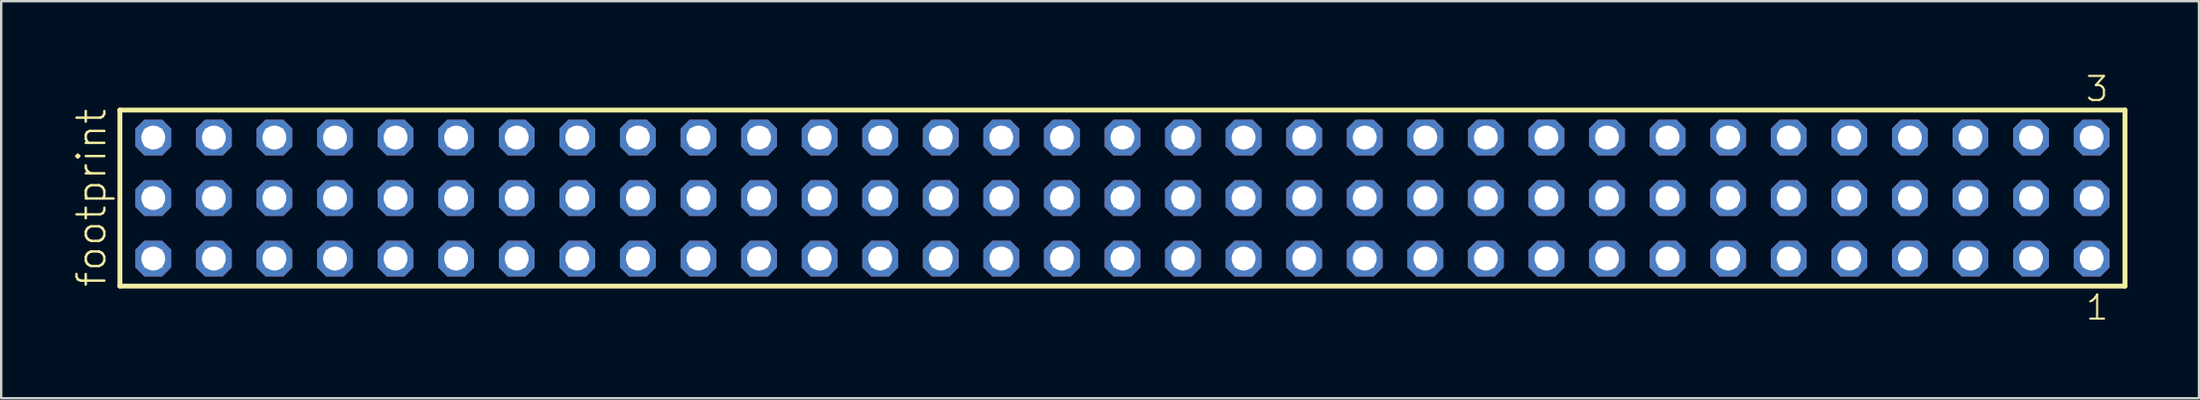
<source format=kicad_pcb>
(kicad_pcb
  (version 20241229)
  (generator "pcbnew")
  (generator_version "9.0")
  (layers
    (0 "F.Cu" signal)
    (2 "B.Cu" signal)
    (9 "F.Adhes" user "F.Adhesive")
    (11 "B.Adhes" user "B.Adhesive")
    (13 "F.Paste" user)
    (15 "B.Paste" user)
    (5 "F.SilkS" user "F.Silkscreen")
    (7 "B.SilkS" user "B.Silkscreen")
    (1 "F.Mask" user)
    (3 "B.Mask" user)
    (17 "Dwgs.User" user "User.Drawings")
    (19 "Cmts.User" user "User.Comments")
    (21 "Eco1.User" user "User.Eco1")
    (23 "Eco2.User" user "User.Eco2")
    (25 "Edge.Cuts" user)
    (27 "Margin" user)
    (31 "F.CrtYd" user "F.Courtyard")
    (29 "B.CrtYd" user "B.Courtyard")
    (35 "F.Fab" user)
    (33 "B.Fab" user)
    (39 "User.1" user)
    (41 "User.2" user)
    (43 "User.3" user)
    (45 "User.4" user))
  (footprint "footprint"
    (layer "F.Cu")
    (at 44.018 5.265)
    (property "Reference" "footprint" (at -42.545 3.81 90) (layer "F.SilkS") (effects (font (size 1.168 1.168) (thickness 0.102)) (justify left bottom)))
    (fp_line (start -42.039 -3.695) (end 42.039 -3.695) (stroke (width 0.203) (type solid)) (layer "F.SilkS"))
    (fp_line (start -42.039 3.695) (end -42.039 -3.695) (stroke (width 0.203) (type solid)) (layer "F.SilkS"))
    (fp_line (start 42.039 -3.695) (end 42.039 3.695) (stroke (width 0.203) (type solid)) (layer "F.SilkS"))
    (fp_line (start 42.039 3.695) (end -42.039 3.695) (stroke (width 0.203) (type solid)) (layer "F.SilkS"))
    (fp_poly (pts (xy -40.99 -2.19) (xy -40.29 -2.19) (xy -40.29 -2.89) (xy -40.99 -2.89)) (stroke (width 0.1) (type solid)) (fill no) (layer "F.Fab"))
    (fp_poly (pts (xy -40.99 0.35) (xy -40.29 0.35) (xy -40.29 -0.35) (xy -40.99 -0.35)) (stroke (width 0.1) (type solid)) (fill no) (layer "F.Fab"))
    (fp_poly (pts (xy -40.99 2.89) (xy -40.29 2.89) (xy -40.29 2.19) (xy -40.99 2.19)) (stroke (width 0.1) (type solid)) (fill no) (layer "F.Fab"))
    (fp_poly (pts (xy -38.45 -2.19) (xy -37.75 -2.19) (xy -37.75 -2.89) (xy -38.45 -2.89)) (stroke (width 0.1) (type solid)) (fill no) (layer "F.Fab"))
    (fp_poly (pts (xy -38.45 0.35) (xy -37.75 0.35) (xy -37.75 -0.35) (xy -38.45 -0.35)) (stroke (width 0.1) (type solid)) (fill no) (layer "F.Fab"))
    (fp_poly (pts (xy -38.45 2.89) (xy -37.75 2.89) (xy -37.75 2.19) (xy -38.45 2.19)) (stroke (width 0.1) (type solid)) (fill no) (layer "F.Fab"))
    (fp_poly (pts (xy -35.91 -2.19) (xy -35.21 -2.19) (xy -35.21 -2.89) (xy -35.91 -2.89)) (stroke (width 0.1) (type solid)) (fill no) (layer "F.Fab"))
    (fp_poly (pts (xy -35.91 0.35) (xy -35.21 0.35) (xy -35.21 -0.35) (xy -35.91 -0.35)) (stroke (width 0.1) (type solid)) (fill no) (layer "F.Fab"))
    (fp_poly (pts (xy -35.91 2.89) (xy -35.21 2.89) (xy -35.21 2.19) (xy -35.91 2.19)) (stroke (width 0.1) (type solid)) (fill no) (layer "F.Fab"))
    (fp_poly (pts (xy -33.37 -2.19) (xy -32.67 -2.19) (xy -32.67 -2.89) (xy -33.37 -2.89)) (stroke (width 0.1) (type solid)) (fill no) (layer "F.Fab"))
    (fp_poly (pts (xy -33.37 0.35) (xy -32.67 0.35) (xy -32.67 -0.35) (xy -33.37 -0.35)) (stroke (width 0.1) (type solid)) (fill no) (layer "F.Fab"))
    (fp_poly (pts (xy -33.37 2.89) (xy -32.67 2.89) (xy -32.67 2.19) (xy -33.37 2.19)) (stroke (width 0.1) (type solid)) (fill no) (layer "F.Fab"))
    (fp_poly (pts (xy -30.83 -2.19) (xy -30.13 -2.19) (xy -30.13 -2.89) (xy -30.83 -2.89)) (stroke (width 0.1) (type solid)) (fill no) (layer "F.Fab"))
    (fp_poly (pts (xy -30.83 0.35) (xy -30.13 0.35) (xy -30.13 -0.35) (xy -30.83 -0.35)) (stroke (width 0.1) (type solid)) (fill no) (layer "F.Fab"))
    (fp_poly (pts (xy -30.83 2.89) (xy -30.13 2.89) (xy -30.13 2.19) (xy -30.83 2.19)) (stroke (width 0.1) (type solid)) (fill no) (layer "F.Fab"))
    (fp_poly (pts (xy -28.29 -2.19) (xy -27.59 -2.19) (xy -27.59 -2.89) (xy -28.29 -2.89)) (stroke (width 0.1) (type solid)) (fill no) (layer "F.Fab"))
    (fp_poly (pts (xy -28.29 0.35) (xy -27.59 0.35) (xy -27.59 -0.35) (xy -28.29 -0.35)) (stroke (width 0.1) (type solid)) (fill no) (layer "F.Fab"))
    (fp_poly (pts (xy -28.29 2.89) (xy -27.59 2.89) (xy -27.59 2.19) (xy -28.29 2.19)) (stroke (width 0.1) (type solid)) (fill no) (layer "F.Fab"))
    (fp_poly (pts (xy -25.75 -2.19) (xy -25.05 -2.19) (xy -25.05 -2.89) (xy -25.75 -2.89)) (stroke (width 0.1) (type solid)) (fill no) (layer "F.Fab"))
    (fp_poly (pts (xy -25.75 0.35) (xy -25.05 0.35) (xy -25.05 -0.35) (xy -25.75 -0.35)) (stroke (width 0.1) (type solid)) (fill no) (layer "F.Fab"))
    (fp_poly (pts (xy -25.75 2.89) (xy -25.05 2.89) (xy -25.05 2.19) (xy -25.75 2.19)) (stroke (width 0.1) (type solid)) (fill no) (layer "F.Fab"))
    (fp_poly (pts (xy -23.21 -2.19) (xy -22.51 -2.19) (xy -22.51 -2.89) (xy -23.21 -2.89)) (stroke (width 0.1) (type solid)) (fill no) (layer "F.Fab"))
    (fp_poly (pts (xy -23.21 0.35) (xy -22.51 0.35) (xy -22.51 -0.35) (xy -23.21 -0.35)) (stroke (width 0.1) (type solid)) (fill no) (layer "F.Fab"))
    (fp_poly (pts (xy -23.21 2.89) (xy -22.51 2.89) (xy -22.51 2.19) (xy -23.21 2.19)) (stroke (width 0.1) (type solid)) (fill no) (layer "F.Fab"))
    (fp_poly (pts (xy -20.67 -2.19) (xy -19.97 -2.19) (xy -19.97 -2.89) (xy -20.67 -2.89)) (stroke (width 0.1) (type solid)) (fill no) (layer "F.Fab"))
    (fp_poly (pts (xy -20.67 0.35) (xy -19.97 0.35) (xy -19.97 -0.35) (xy -20.67 -0.35)) (stroke (width 0.1) (type solid)) (fill no) (layer "F.Fab"))
    (fp_poly (pts (xy -20.67 2.89) (xy -19.97 2.89) (xy -19.97 2.19) (xy -20.67 2.19)) (stroke (width 0.1) (type solid)) (fill no) (layer "F.Fab"))
    (fp_poly (pts (xy -18.13 -2.19) (xy -17.43 -2.19) (xy -17.43 -2.89) (xy -18.13 -2.89)) (stroke (width 0.1) (type solid)) (fill no) (layer "F.Fab"))
    (fp_poly (pts (xy -18.13 0.35) (xy -17.43 0.35) (xy -17.43 -0.35) (xy -18.13 -0.35)) (stroke (width 0.1) (type solid)) (fill no) (layer "F.Fab"))
    (fp_poly (pts (xy -18.13 2.89) (xy -17.43 2.89) (xy -17.43 2.19) (xy -18.13 2.19)) (stroke (width 0.1) (type solid)) (fill no) (layer "F.Fab"))
    (fp_poly (pts (xy -15.59 -2.19) (xy -14.89 -2.19) (xy -14.89 -2.89) (xy -15.59 -2.89)) (stroke (width 0.1) (type solid)) (fill no) (layer "F.Fab"))
    (fp_poly (pts (xy -15.59 0.35) (xy -14.89 0.35) (xy -14.89 -0.35) (xy -15.59 -0.35)) (stroke (width 0.1) (type solid)) (fill no) (layer "F.Fab"))
    (fp_poly (pts (xy -15.59 2.89) (xy -14.89 2.89) (xy -14.89 2.19) (xy -15.59 2.19)) (stroke (width 0.1) (type solid)) (fill no) (layer "F.Fab"))
    (fp_poly (pts (xy -13.05 -2.19) (xy -12.35 -2.19) (xy -12.35 -2.89) (xy -13.05 -2.89)) (stroke (width 0.1) (type solid)) (fill no) (layer "F.Fab"))
    (fp_poly (pts (xy -13.05 0.35) (xy -12.35 0.35) (xy -12.35 -0.35) (xy -13.05 -0.35)) (stroke (width 0.1) (type solid)) (fill no) (layer "F.Fab"))
    (fp_poly (pts (xy -13.05 2.89) (xy -12.35 2.89) (xy -12.35 2.19) (xy -13.05 2.19)) (stroke (width 0.1) (type solid)) (fill no) (layer "F.Fab"))
    (fp_poly (pts (xy -10.51 -2.19) (xy -9.81 -2.19) (xy -9.81 -2.89) (xy -10.51 -2.89)) (stroke (width 0.1) (type solid)) (fill no) (layer "F.Fab"))
    (fp_poly (pts (xy -10.51 0.35) (xy -9.81 0.35) (xy -9.81 -0.35) (xy -10.51 -0.35)) (stroke (width 0.1) (type solid)) (fill no) (layer "F.Fab"))
    (fp_poly (pts (xy -10.51 2.89) (xy -9.81 2.89) (xy -9.81 2.19) (xy -10.51 2.19)) (stroke (width 0.1) (type solid)) (fill no) (layer "F.Fab"))
    (fp_poly (pts (xy -7.97 -2.19) (xy -7.27 -2.19) (xy -7.27 -2.89) (xy -7.97 -2.89)) (stroke (width 0.1) (type solid)) (fill no) (layer "F.Fab"))
    (fp_poly (pts (xy -7.97 0.35) (xy -7.27 0.35) (xy -7.27 -0.35) (xy -7.97 -0.35)) (stroke (width 0.1) (type solid)) (fill no) (layer "F.Fab"))
    (fp_poly (pts (xy -7.97 2.89) (xy -7.27 2.89) (xy -7.27 2.19) (xy -7.97 2.19)) (stroke (width 0.1) (type solid)) (fill no) (layer "F.Fab"))
    (fp_poly (pts (xy -5.43 -2.19) (xy -4.73 -2.19) (xy -4.73 -2.89) (xy -5.43 -2.89)) (stroke (width 0.1) (type solid)) (fill no) (layer "F.Fab"))
    (fp_poly (pts (xy -5.43 0.35) (xy -4.73 0.35) (xy -4.73 -0.35) (xy -5.43 -0.35)) (stroke (width 0.1) (type solid)) (fill no) (layer "F.Fab"))
    (fp_poly (pts (xy -5.43 2.89) (xy -4.73 2.89) (xy -4.73 2.19) (xy -5.43 2.19)) (stroke (width 0.1) (type solid)) (fill no) (layer "F.Fab"))
    (fp_poly (pts (xy -2.89 -2.19) (xy -2.19 -2.19) (xy -2.19 -2.89) (xy -2.89 -2.89)) (stroke (width 0.1) (type solid)) (fill no) (layer "F.Fab"))
    (fp_poly (pts (xy -2.89 0.35) (xy -2.19 0.35) (xy -2.19 -0.35) (xy -2.89 -0.35)) (stroke (width 0.1) (type solid)) (fill no) (layer "F.Fab"))
    (fp_poly (pts (xy -2.89 2.89) (xy -2.19 2.89) (xy -2.19 2.19) (xy -2.89 2.19)) (stroke (width 0.1) (type solid)) (fill no) (layer "F.Fab"))
    (fp_poly (pts (xy -0.35 -2.19) (xy 0.35 -2.19) (xy 0.35 -2.89) (xy -0.35 -2.89)) (stroke (width 0.1) (type solid)) (fill no) (layer "F.Fab"))
    (fp_poly (pts (xy -0.35 0.35) (xy 0.35 0.35) (xy 0.35 -0.35) (xy -0.35 -0.35)) (stroke (width 0.1) (type solid)) (fill no) (layer "F.Fab"))
    (fp_poly (pts (xy -0.35 2.89) (xy 0.35 2.89) (xy 0.35 2.19) (xy -0.35 2.19)) (stroke (width 0.1) (type solid)) (fill no) (layer "F.Fab"))
    (fp_poly (pts (xy 2.19 -2.19) (xy 2.89 -2.19) (xy 2.89 -2.89) (xy 2.19 -2.89)) (stroke (width 0.1) (type solid)) (fill no) (layer "F.Fab"))
    (fp_poly (pts (xy 2.19 0.35) (xy 2.89 0.35) (xy 2.89 -0.35) (xy 2.19 -0.35)) (stroke (width 0.1) (type solid)) (fill no) (layer "F.Fab"))
    (fp_poly (pts (xy 2.19 2.89) (xy 2.89 2.89) (xy 2.89 2.19) (xy 2.19 2.19)) (stroke (width 0.1) (type solid)) (fill no) (layer "F.Fab"))
    (fp_poly (pts (xy 4.73 -2.19) (xy 5.43 -2.19) (xy 5.43 -2.89) (xy 4.73 -2.89)) (stroke (width 0.1) (type solid)) (fill no) (layer "F.Fab"))
    (fp_poly (pts (xy 4.73 0.35) (xy 5.43 0.35) (xy 5.43 -0.35) (xy 4.73 -0.35)) (stroke (width 0.1) (type solid)) (fill no) (layer "F.Fab"))
    (fp_poly (pts (xy 4.73 2.89) (xy 5.43 2.89) (xy 5.43 2.19) (xy 4.73 2.19)) (stroke (width 0.1) (type solid)) (fill no) (layer "F.Fab"))
    (fp_poly (pts (xy 7.27 -2.19) (xy 7.97 -2.19) (xy 7.97 -2.89) (xy 7.27 -2.89)) (stroke (width 0.1) (type solid)) (fill no) (layer "F.Fab"))
    (fp_poly (pts (xy 7.27 0.35) (xy 7.97 0.35) (xy 7.97 -0.35) (xy 7.27 -0.35)) (stroke (width 0.1) (type solid)) (fill no) (layer "F.Fab"))
    (fp_poly (pts (xy 7.27 2.89) (xy 7.97 2.89) (xy 7.97 2.19) (xy 7.27 2.19)) (stroke (width 0.1) (type solid)) (fill no) (layer "F.Fab"))
    (fp_poly (pts (xy 9.81 -2.19) (xy 10.51 -2.19) (xy 10.51 -2.89) (xy 9.81 -2.89)) (stroke (width 0.1) (type solid)) (fill no) (layer "F.Fab"))
    (fp_poly (pts (xy 9.81 0.35) (xy 10.51 0.35) (xy 10.51 -0.35) (xy 9.81 -0.35)) (stroke (width 0.1) (type solid)) (fill no) (layer "F.Fab"))
    (fp_poly (pts (xy 9.81 2.89) (xy 10.51 2.89) (xy 10.51 2.19) (xy 9.81 2.19)) (stroke (width 0.1) (type solid)) (fill no) (layer "F.Fab"))
    (fp_poly (pts (xy 12.35 -2.19) (xy 13.05 -2.19) (xy 13.05 -2.89) (xy 12.35 -2.89)) (stroke (width 0.1) (type solid)) (fill no) (layer "F.Fab"))
    (fp_poly (pts (xy 12.35 0.35) (xy 13.05 0.35) (xy 13.05 -0.35) (xy 12.35 -0.35)) (stroke (width 0.1) (type solid)) (fill no) (layer "F.Fab"))
    (fp_poly (pts (xy 12.35 2.89) (xy 13.05 2.89) (xy 13.05 2.19) (xy 12.35 2.19)) (stroke (width 0.1) (type solid)) (fill no) (layer "F.Fab"))
    (fp_poly (pts (xy 14.89 -2.19) (xy 15.59 -2.19) (xy 15.59 -2.89) (xy 14.89 -2.89)) (stroke (width 0.1) (type solid)) (fill no) (layer "F.Fab"))
    (fp_poly (pts (xy 14.89 0.35) (xy 15.59 0.35) (xy 15.59 -0.35) (xy 14.89 -0.35)) (stroke (width 0.1) (type solid)) (fill no) (layer "F.Fab"))
    (fp_poly (pts (xy 14.89 2.89) (xy 15.59 2.89) (xy 15.59 2.19) (xy 14.89 2.19)) (stroke (width 0.1) (type solid)) (fill no) (layer "F.Fab"))
    (fp_poly (pts (xy 17.43 -2.19) (xy 18.13 -2.19) (xy 18.13 -2.89) (xy 17.43 -2.89)) (stroke (width 0.1) (type solid)) (fill no) (layer "F.Fab"))
    (fp_poly (pts (xy 17.43 0.35) (xy 18.13 0.35) (xy 18.13 -0.35) (xy 17.43 -0.35)) (stroke (width 0.1) (type solid)) (fill no) (layer "F.Fab"))
    (fp_poly (pts (xy 17.43 2.89) (xy 18.13 2.89) (xy 18.13 2.19) (xy 17.43 2.19)) (stroke (width 0.1) (type solid)) (fill no) (layer "F.Fab"))
    (fp_poly (pts (xy 19.97 -2.19) (xy 20.67 -2.19) (xy 20.67 -2.89) (xy 19.97 -2.89)) (stroke (width 0.1) (type solid)) (fill no) (layer "F.Fab"))
    (fp_poly (pts (xy 19.97 0.35) (xy 20.67 0.35) (xy 20.67 -0.35) (xy 19.97 -0.35)) (stroke (width 0.1) (type solid)) (fill no) (layer "F.Fab"))
    (fp_poly (pts (xy 19.97 2.89) (xy 20.67 2.89) (xy 20.67 2.19) (xy 19.97 2.19)) (stroke (width 0.1) (type solid)) (fill no) (layer "F.Fab"))
    (fp_poly (pts (xy 22.51 -2.19) (xy 23.21 -2.19) (xy 23.21 -2.89) (xy 22.51 -2.89)) (stroke (width 0.1) (type solid)) (fill no) (layer "F.Fab"))
    (fp_poly (pts (xy 22.51 0.35) (xy 23.21 0.35) (xy 23.21 -0.35) (xy 22.51 -0.35)) (stroke (width 0.1) (type solid)) (fill no) (layer "F.Fab"))
    (fp_poly (pts (xy 22.51 2.89) (xy 23.21 2.89) (xy 23.21 2.19) (xy 22.51 2.19)) (stroke (width 0.1) (type solid)) (fill no) (layer "F.Fab"))
    (fp_poly (pts (xy 25.05 -2.19) (xy 25.75 -2.19) (xy 25.75 -2.89) (xy 25.05 -2.89)) (stroke (width 0.1) (type solid)) (fill no) (layer "F.Fab"))
    (fp_poly (pts (xy 25.05 0.35) (xy 25.75 0.35) (xy 25.75 -0.35) (xy 25.05 -0.35)) (stroke (width 0.1) (type solid)) (fill no) (layer "F.Fab"))
    (fp_poly (pts (xy 25.05 2.89) (xy 25.75 2.89) (xy 25.75 2.19) (xy 25.05 2.19)) (stroke (width 0.1) (type solid)) (fill no) (layer "F.Fab"))
    (fp_poly (pts (xy 27.59 -2.19) (xy 28.29 -2.19) (xy 28.29 -2.89) (xy 27.59 -2.89)) (stroke (width 0.1) (type solid)) (fill no) (layer "F.Fab"))
    (fp_poly (pts (xy 27.59 0.35) (xy 28.29 0.35) (xy 28.29 -0.35) (xy 27.59 -0.35)) (stroke (width 0.1) (type solid)) (fill no) (layer "F.Fab"))
    (fp_poly (pts (xy 27.59 2.89) (xy 28.29 2.89) (xy 28.29 2.19) (xy 27.59 2.19)) (stroke (width 0.1) (type solid)) (fill no) (layer "F.Fab"))
    (fp_poly (pts (xy 30.13 -2.19) (xy 30.83 -2.19) (xy 30.83 -2.89) (xy 30.13 -2.89)) (stroke (width 0.1) (type solid)) (fill no) (layer "F.Fab"))
    (fp_poly (pts (xy 30.13 0.35) (xy 30.83 0.35) (xy 30.83 -0.35) (xy 30.13 -0.35)) (stroke (width 0.1) (type solid)) (fill no) (layer "F.Fab"))
    (fp_poly (pts (xy 30.13 2.89) (xy 30.83 2.89) (xy 30.83 2.19) (xy 30.13 2.19)) (stroke (width 0.1) (type solid)) (fill no) (layer "F.Fab"))
    (fp_poly (pts (xy 32.67 -2.19) (xy 33.37 -2.19) (xy 33.37 -2.89) (xy 32.67 -2.89)) (stroke (width 0.1) (type solid)) (fill no) (layer "F.Fab"))
    (fp_poly (pts (xy 32.67 0.35) (xy 33.37 0.35) (xy 33.37 -0.35) (xy 32.67 -0.35)) (stroke (width 0.1) (type solid)) (fill no) (layer "F.Fab"))
    (fp_poly (pts (xy 32.67 2.89) (xy 33.37 2.89) (xy 33.37 2.19) (xy 32.67 2.19)) (stroke (width 0.1) (type solid)) (fill no) (layer "F.Fab"))
    (fp_poly (pts (xy 35.21 -2.19) (xy 35.91 -2.19) (xy 35.91 -2.89) (xy 35.21 -2.89)) (stroke (width 0.1) (type solid)) (fill no) (layer "F.Fab"))
    (fp_poly (pts (xy 35.21 0.35) (xy 35.91 0.35) (xy 35.91 -0.35) (xy 35.21 -0.35)) (stroke (width 0.1) (type solid)) (fill no) (layer "F.Fab"))
    (fp_poly (pts (xy 35.21 2.89) (xy 35.91 2.89) (xy 35.91 2.19) (xy 35.21 2.19)) (stroke (width 0.1) (type solid)) (fill no) (layer "F.Fab"))
    (fp_poly (pts (xy 37.75 -2.19) (xy 38.45 -2.19) (xy 38.45 -2.89) (xy 37.75 -2.89)) (stroke (width 0.1) (type solid)) (fill no) (layer "F.Fab"))
    (fp_poly (pts (xy 37.75 0.35) (xy 38.45 0.35) (xy 38.45 -0.35) (xy 37.75 -0.35)) (stroke (width 0.1) (type solid)) (fill no) (layer "F.Fab"))
    (fp_poly (pts (xy 37.75 2.89) (xy 38.45 2.89) (xy 38.45 2.19) (xy 37.75 2.19)) (stroke (width 0.1) (type solid)) (fill no) (layer "F.Fab"))
    (fp_poly (pts (xy 40.29 -2.19) (xy 40.99 -2.19) (xy 40.99 -2.89) (xy 40.29 -2.89)) (stroke (width 0.1) (type solid)) (fill no) (layer "F.Fab"))
    (fp_poly (pts (xy 40.29 0.35) (xy 40.99 0.35) (xy 40.99 -0.35) (xy 40.29 -0.35)) (stroke (width 0.1) (type solid)) (fill no) (layer "F.Fab"))
    (fp_poly (pts (xy 40.29 2.89) (xy 40.99 2.89) (xy 40.99 2.19) (xy 40.29 2.19)) (stroke (width 0.1) (type solid)) (fill no) (layer "F.Fab"))
    (fp_text user "1" (at 40.332 5.188 0) (layer "F.SilkS") (effects (font (size 1.012 1.012) (thickness 0.088)) (justify left bottom)))
    (fp_text user "3" (at 40.328 -3.989 0) (layer "F.SilkS") (effects (font (size 1.012 1.012) (thickness 0.088)) (justify left bottom)))
    (pad "1" thru_hole roundrect (at 40.64 2.54 180) (size 1.5 1.5) (drill 1) (layers "*.Cu" "*.Mask") (roundrect_rratio 0.25) (chamfer_ratio 0.25) (chamfer top_left top_right bottom_left bottom_right))
    (pad "2" thru_hole roundrect (at 40.64 0 180) (size 1.5 1.5) (drill 1) (layers "*.Cu" "*.Mask") (roundrect_rratio 0.25) (chamfer_ratio 0.25) (chamfer top_left top_right bottom_left bottom_right))
    (pad "3" thru_hole roundrect (at 40.64 -2.54 180) (size 1.5 1.5) (drill 1) (layers "*.Cu" "*.Mask") (roundrect_rratio 0.25) (chamfer_ratio 0.25) (chamfer top_left top_right bottom_left bottom_right))
    (pad "4" thru_hole roundrect (at 38.1 2.54 180) (size 1.5 1.5) (drill 1) (layers "*.Cu" "*.Mask") (roundrect_rratio 0.25) (chamfer_ratio 0.25) (chamfer top_left top_right bottom_left bottom_right))
    (pad "5" thru_hole roundrect (at 38.1 0 180) (size 1.5 1.5) (drill 1) (layers "*.Cu" "*.Mask") (roundrect_rratio 0.25) (chamfer_ratio 0.25) (chamfer top_left top_right bottom_left bottom_right))
    (pad "6" thru_hole roundrect (at 38.1 -2.54 180) (size 1.5 1.5) (drill 1) (layers "*.Cu" "*.Mask") (roundrect_rratio 0.25) (chamfer_ratio 0.25) (chamfer top_left top_right bottom_left bottom_right))
    (pad "7" thru_hole roundrect (at 35.56 2.54 180) (size 1.5 1.5) (drill 1) (layers "*.Cu" "*.Mask") (roundrect_rratio 0.25) (chamfer_ratio 0.25) (chamfer top_left top_right bottom_left bottom_right))
    (pad "8" thru_hole roundrect (at 35.56 0 180) (size 1.5 1.5) (drill 1) (layers "*.Cu" "*.Mask") (roundrect_rratio 0.25) (chamfer_ratio 0.25) (chamfer top_left top_right bottom_left bottom_right))
    (pad "9" thru_hole roundrect (at 35.56 -2.54 180) (size 1.5 1.5) (drill 1) (layers "*.Cu" "*.Mask") (roundrect_rratio 0.25) (chamfer_ratio 0.25) (chamfer top_left top_right bottom_left bottom_right))
    (pad "10" thru_hole roundrect (at 33.02 2.54 180) (size 1.5 1.5) (drill 1) (layers "*.Cu" "*.Mask") (roundrect_rratio 0.25) (chamfer_ratio 0.25) (chamfer top_left top_right bottom_left bottom_right))
    (pad "11" thru_hole roundrect (at 33.02 0 180) (size 1.5 1.5) (drill 1) (layers "*.Cu" "*.Mask") (roundrect_rratio 0.25) (chamfer_ratio 0.25) (chamfer top_left top_right bottom_left bottom_right))
    (pad "12" thru_hole roundrect (at 33.02 -2.54 180) (size 1.5 1.5) (drill 1) (layers "*.Cu" "*.Mask") (roundrect_rratio 0.25) (chamfer_ratio 0.25) (chamfer top_left top_right bottom_left bottom_right))
    (pad "13" thru_hole roundrect (at 30.48 2.54 180) (size 1.5 1.5) (drill 1) (layers "*.Cu" "*.Mask") (roundrect_rratio 0.25) (chamfer_ratio 0.25) (chamfer top_left top_right bottom_left bottom_right))
    (pad "14" thru_hole roundrect (at 30.48 0 180) (size 1.5 1.5) (drill 1) (layers "*.Cu" "*.Mask") (roundrect_rratio 0.25) (chamfer_ratio 0.25) (chamfer top_left top_right bottom_left bottom_right))
    (pad "15" thru_hole roundrect (at 30.48 -2.54 180) (size 1.5 1.5) (drill 1) (layers "*.Cu" "*.Mask") (roundrect_rratio 0.25) (chamfer_ratio 0.25) (chamfer top_left top_right bottom_left bottom_right))
    (pad "16" thru_hole roundrect (at 27.94 2.54 180) (size 1.5 1.5) (drill 1) (layers "*.Cu" "*.Mask") (roundrect_rratio 0.25) (chamfer_ratio 0.25) (chamfer top_left top_right bottom_left bottom_right))
    (pad "17" thru_hole roundrect (at 27.94 0 180) (size 1.5 1.5) (drill 1) (layers "*.Cu" "*.Mask") (roundrect_rratio 0.25) (chamfer_ratio 0.25) (chamfer top_left top_right bottom_left bottom_right))
    (pad "18" thru_hole roundrect (at 27.94 -2.54 180) (size 1.5 1.5) (drill 1) (layers "*.Cu" "*.Mask") (roundrect_rratio 0.25) (chamfer_ratio 0.25) (chamfer top_left top_right bottom_left bottom_right))
    (pad "19" thru_hole roundrect (at 25.4 2.54 180) (size 1.5 1.5) (drill 1) (layers "*.Cu" "*.Mask") (roundrect_rratio 0.25) (chamfer_ratio 0.25) (chamfer top_left top_right bottom_left bottom_right))
    (pad "20" thru_hole roundrect (at 25.4 0 180) (size 1.5 1.5) (drill 1) (layers "*.Cu" "*.Mask") (roundrect_rratio 0.25) (chamfer_ratio 0.25) (chamfer top_left top_right bottom_left bottom_right))
    (pad "21" thru_hole roundrect (at 25.4 -2.54 180) (size 1.5 1.5) (drill 1) (layers "*.Cu" "*.Mask") (roundrect_rratio 0.25) (chamfer_ratio 0.25) (chamfer top_left top_right bottom_left bottom_right))
    (pad "22" thru_hole roundrect (at 22.86 2.54 180) (size 1.5 1.5) (drill 1) (layers "*.Cu" "*.Mask") (roundrect_rratio 0.25) (chamfer_ratio 0.25) (chamfer top_left top_right bottom_left bottom_right))
    (pad "23" thru_hole roundrect (at 22.86 0 180) (size 1.5 1.5) (drill 1) (layers "*.Cu" "*.Mask") (roundrect_rratio 0.25) (chamfer_ratio 0.25) (chamfer top_left top_right bottom_left bottom_right))
    (pad "24" thru_hole roundrect (at 22.86 -2.54 180) (size 1.5 1.5) (drill 1) (layers "*.Cu" "*.Mask") (roundrect_rratio 0.25) (chamfer_ratio 0.25) (chamfer top_left top_right bottom_left bottom_right))
    (pad "25" thru_hole roundrect (at 20.32 2.54 180) (size 1.5 1.5) (drill 1) (layers "*.Cu" "*.Mask") (roundrect_rratio 0.25) (chamfer_ratio 0.25) (chamfer top_left top_right bottom_left bottom_right))
    (pad "26" thru_hole roundrect (at 20.32 0 180) (size 1.5 1.5) (drill 1) (layers "*.Cu" "*.Mask") (roundrect_rratio 0.25) (chamfer_ratio 0.25) (chamfer top_left top_right bottom_left bottom_right))
    (pad "27" thru_hole roundrect (at 20.32 -2.54 180) (size 1.5 1.5) (drill 1) (layers "*.Cu" "*.Mask") (roundrect_rratio 0.25) (chamfer_ratio 0.25) (chamfer top_left top_right bottom_left bottom_right))
    (pad "28" thru_hole roundrect (at 17.78 2.54 180) (size 1.5 1.5) (drill 1) (layers "*.Cu" "*.Mask") (roundrect_rratio 0.25) (chamfer_ratio 0.25) (chamfer top_left top_right bottom_left bottom_right))
    (pad "29" thru_hole roundrect (at 17.78 0 180) (size 1.5 1.5) (drill 1) (layers "*.Cu" "*.Mask") (roundrect_rratio 0.25) (chamfer_ratio 0.25) (chamfer top_left top_right bottom_left bottom_right))
    (pad "30" thru_hole roundrect (at 17.78 -2.54 180) (size 1.5 1.5) (drill 1) (layers "*.Cu" "*.Mask") (roundrect_rratio 0.25) (chamfer_ratio 0.25) (chamfer top_left top_right bottom_left bottom_right))
    (pad "31" thru_hole roundrect (at 15.24 2.54 180) (size 1.5 1.5) (drill 1) (layers "*.Cu" "*.Mask") (roundrect_rratio 0.25) (chamfer_ratio 0.25) (chamfer top_left top_right bottom_left bottom_right))
    (pad "32" thru_hole roundrect (at 15.24 0 180) (size 1.5 1.5) (drill 1) (layers "*.Cu" "*.Mask") (roundrect_rratio 0.25) (chamfer_ratio 0.25) (chamfer top_left top_right bottom_left bottom_right))
    (pad "33" thru_hole roundrect (at 15.24 -2.54 180) (size 1.5 1.5) (drill 1) (layers "*.Cu" "*.Mask") (roundrect_rratio 0.25) (chamfer_ratio 0.25) (chamfer top_left top_right bottom_left bottom_right))
    (pad "34" thru_hole roundrect (at 12.7 2.54 180) (size 1.5 1.5) (drill 1) (layers "*.Cu" "*.Mask") (roundrect_rratio 0.25) (chamfer_ratio 0.25) (chamfer top_left top_right bottom_left bottom_right))
    (pad "35" thru_hole roundrect (at 12.7 0 180) (size 1.5 1.5) (drill 1) (layers "*.Cu" "*.Mask") (roundrect_rratio 0.25) (chamfer_ratio 0.25) (chamfer top_left top_right bottom_left bottom_right))
    (pad "36" thru_hole roundrect (at 12.7 -2.54 180) (size 1.5 1.5) (drill 1) (layers "*.Cu" "*.Mask") (roundrect_rratio 0.25) (chamfer_ratio 0.25) (chamfer top_left top_right bottom_left bottom_right))
    (pad "37" thru_hole roundrect (at 10.16 2.54 180) (size 1.5 1.5) (drill 1) (layers "*.Cu" "*.Mask") (roundrect_rratio 0.25) (chamfer_ratio 0.25) (chamfer top_left top_right bottom_left bottom_right))
    (pad "38" thru_hole roundrect (at 10.16 0 180) (size 1.5 1.5) (drill 1) (layers "*.Cu" "*.Mask") (roundrect_rratio 0.25) (chamfer_ratio 0.25) (chamfer top_left top_right bottom_left bottom_right))
    (pad "39" thru_hole roundrect (at 10.16 -2.54 180) (size 1.5 1.5) (drill 1) (layers "*.Cu" "*.Mask") (roundrect_rratio 0.25) (chamfer_ratio 0.25) (chamfer top_left top_right bottom_left bottom_right))
    (pad "40" thru_hole roundrect (at 7.62 2.54 180) (size 1.5 1.5) (drill 1) (layers "*.Cu" "*.Mask") (roundrect_rratio 0.25) (chamfer_ratio 0.25) (chamfer top_left top_right bottom_left bottom_right))
    (pad "41" thru_hole roundrect (at 7.62 0 180) (size 1.5 1.5) (drill 1) (layers "*.Cu" "*.Mask") (roundrect_rratio 0.25) (chamfer_ratio 0.25) (chamfer top_left top_right bottom_left bottom_right))
    (pad "42" thru_hole roundrect (at 7.62 -2.54 180) (size 1.5 1.5) (drill 1) (layers "*.Cu" "*.Mask") (roundrect_rratio 0.25) (chamfer_ratio 0.25) (chamfer top_left top_right bottom_left bottom_right))
    (pad "43" thru_hole roundrect (at 5.08 2.54 180) (size 1.5 1.5) (drill 1) (layers "*.Cu" "*.Mask") (roundrect_rratio 0.25) (chamfer_ratio 0.25) (chamfer top_left top_right bottom_left bottom_right))
    (pad "44" thru_hole roundrect (at 5.08 0 180) (size 1.5 1.5) (drill 1) (layers "*.Cu" "*.Mask") (roundrect_rratio 0.25) (chamfer_ratio 0.25) (chamfer top_left top_right bottom_left bottom_right))
    (pad "45" thru_hole roundrect (at 5.08 -2.54 180) (size 1.5 1.5) (drill 1) (layers "*.Cu" "*.Mask") (roundrect_rratio 0.25) (chamfer_ratio 0.25) (chamfer top_left top_right bottom_left bottom_right))
    (pad "46" thru_hole roundrect (at 2.54 2.54 180) (size 1.5 1.5) (drill 1) (layers "*.Cu" "*.Mask") (roundrect_rratio 0.25) (chamfer_ratio 0.25) (chamfer top_left top_right bottom_left bottom_right))
    (pad "47" thru_hole roundrect (at 2.54 0 180) (size 1.5 1.5) (drill 1) (layers "*.Cu" "*.Mask") (roundrect_rratio 0.25) (chamfer_ratio 0.25) (chamfer top_left top_right bottom_left bottom_right))
    (pad "48" thru_hole roundrect (at 2.54 -2.54 180) (size 1.5 1.5) (drill 1) (layers "*.Cu" "*.Mask") (roundrect_rratio 0.25) (chamfer_ratio 0.25) (chamfer top_left top_right bottom_left bottom_right))
    (pad "49" thru_hole roundrect (at 0 2.54 180) (size 1.5 1.5) (drill 1) (layers "*.Cu" "*.Mask") (roundrect_rratio 0.25) (chamfer_ratio 0.25) (chamfer top_left top_right bottom_left bottom_right))
    (pad "50" thru_hole roundrect (at 0 0 180) (size 1.5 1.5) (drill 1) (layers "*.Cu" "*.Mask") (roundrect_rratio 0.25) (chamfer_ratio 0.25) (chamfer top_left top_right bottom_left bottom_right))
    (pad "51" thru_hole roundrect (at 0 -2.54 180) (size 1.5 1.5) (drill 1) (layers "*.Cu" "*.Mask") (roundrect_rratio 0.25) (chamfer_ratio 0.25) (chamfer top_left top_right bottom_left bottom_right))
    (pad "52" thru_hole roundrect (at -2.54 2.54 180) (size 1.5 1.5) (drill 1) (layers "*.Cu" "*.Mask") (roundrect_rratio 0.25) (chamfer_ratio 0.25) (chamfer top_left top_right bottom_left bottom_right))
    (pad "53" thru_hole roundrect (at -2.54 0 180) (size 1.5 1.5) (drill 1) (layers "*.Cu" "*.Mask") (roundrect_rratio 0.25) (chamfer_ratio 0.25) (chamfer top_left top_right bottom_left bottom_right))
    (pad "54" thru_hole roundrect (at -2.54 -2.54 180) (size 1.5 1.5) (drill 1) (layers "*.Cu" "*.Mask") (roundrect_rratio 0.25) (chamfer_ratio 0.25) (chamfer top_left top_right bottom_left bottom_right))
    (pad "55" thru_hole roundrect (at -5.08 2.54 180) (size 1.5 1.5) (drill 1) (layers "*.Cu" "*.Mask") (roundrect_rratio 0.25) (chamfer_ratio 0.25) (chamfer top_left top_right bottom_left bottom_right))
    (pad "56" thru_hole roundrect (at -5.08 0 180) (size 1.5 1.5) (drill 1) (layers "*.Cu" "*.Mask") (roundrect_rratio 0.25) (chamfer_ratio 0.25) (chamfer top_left top_right bottom_left bottom_right))
    (pad "57" thru_hole roundrect (at -5.08 -2.54 180) (size 1.5 1.5) (drill 1) (layers "*.Cu" "*.Mask") (roundrect_rratio 0.25) (chamfer_ratio 0.25) (chamfer top_left top_right bottom_left bottom_right))
    (pad "58" thru_hole roundrect (at -7.62 2.54 180) (size 1.5 1.5) (drill 1) (layers "*.Cu" "*.Mask") (roundrect_rratio 0.25) (chamfer_ratio 0.25) (chamfer top_left top_right bottom_left bottom_right))
    (pad "59" thru_hole roundrect (at -7.62 0 180) (size 1.5 1.5) (drill 1) (layers "*.Cu" "*.Mask") (roundrect_rratio 0.25) (chamfer_ratio 0.25) (chamfer top_left top_right bottom_left bottom_right))
    (pad "60" thru_hole roundrect (at -7.62 -2.54 180) (size 1.5 1.5) (drill 1) (layers "*.Cu" "*.Mask") (roundrect_rratio 0.25) (chamfer_ratio 0.25) (chamfer top_left top_right bottom_left bottom_right))
    (pad "61" thru_hole roundrect (at -10.16 2.54 180) (size 1.5 1.5) (drill 1) (layers "*.Cu" "*.Mask") (roundrect_rratio 0.25) (chamfer_ratio 0.25) (chamfer top_left top_right bottom_left bottom_right))
    (pad "62" thru_hole roundrect (at -10.16 0 180) (size 1.5 1.5) (drill 1) (layers "*.Cu" "*.Mask") (roundrect_rratio 0.25) (chamfer_ratio 0.25) (chamfer top_left top_right bottom_left bottom_right))
    (pad "63" thru_hole roundrect (at -10.16 -2.54 180) (size 1.5 1.5) (drill 1) (layers "*.Cu" "*.Mask") (roundrect_rratio 0.25) (chamfer_ratio 0.25) (chamfer top_left top_right bottom_left bottom_right))
    (pad "64" thru_hole roundrect (at -12.7 2.54 180) (size 1.5 1.5) (drill 1) (layers "*.Cu" "*.Mask") (roundrect_rratio 0.25) (chamfer_ratio 0.25) (chamfer top_left top_right bottom_left bottom_right))
    (pad "65" thru_hole roundrect (at -12.7 0 180) (size 1.5 1.5) (drill 1) (layers "*.Cu" "*.Mask") (roundrect_rratio 0.25) (chamfer_ratio 0.25) (chamfer top_left top_right bottom_left bottom_right))
    (pad "66" thru_hole roundrect (at -12.7 -2.54 180) (size 1.5 1.5) (drill 1) (layers "*.Cu" "*.Mask") (roundrect_rratio 0.25) (chamfer_ratio 0.25) (chamfer top_left top_right bottom_left bottom_right))
    (pad "67" thru_hole roundrect (at -15.24 2.54 180) (size 1.5 1.5) (drill 1) (layers "*.Cu" "*.Mask") (roundrect_rratio 0.25) (chamfer_ratio 0.25) (chamfer top_left top_right bottom_left bottom_right))
    (pad "68" thru_hole roundrect (at -15.24 0 180) (size 1.5 1.5) (drill 1) (layers "*.Cu" "*.Mask") (roundrect_rratio 0.25) (chamfer_ratio 0.25) (chamfer top_left top_right bottom_left bottom_right))
    (pad "69" thru_hole roundrect (at -15.24 -2.54 180) (size 1.5 1.5) (drill 1) (layers "*.Cu" "*.Mask") (roundrect_rratio 0.25) (chamfer_ratio 0.25) (chamfer top_left top_right bottom_left bottom_right))
    (pad "70" thru_hole roundrect (at -17.78 2.54 180) (size 1.5 1.5) (drill 1) (layers "*.Cu" "*.Mask") (roundrect_rratio 0.25) (chamfer_ratio 0.25) (chamfer top_left top_right bottom_left bottom_right))
    (pad "71" thru_hole roundrect (at -17.78 0 180) (size 1.5 1.5) (drill 1) (layers "*.Cu" "*.Mask") (roundrect_rratio 0.25) (chamfer_ratio 0.25) (chamfer top_left top_right bottom_left bottom_right))
    (pad "72" thru_hole roundrect (at -17.78 -2.54 180) (size 1.5 1.5) (drill 1) (layers "*.Cu" "*.Mask") (roundrect_rratio 0.25) (chamfer_ratio 0.25) (chamfer top_left top_right bottom_left bottom_right))
    (pad "73" thru_hole roundrect (at -20.32 2.54 180) (size 1.5 1.5) (drill 1) (layers "*.Cu" "*.Mask") (roundrect_rratio 0.25) (chamfer_ratio 0.25) (chamfer top_left top_right bottom_left bottom_right))
    (pad "74" thru_hole roundrect (at -20.32 0 180) (size 1.5 1.5) (drill 1) (layers "*.Cu" "*.Mask") (roundrect_rratio 0.25) (chamfer_ratio 0.25) (chamfer top_left top_right bottom_left bottom_right))
    (pad "75" thru_hole roundrect (at -20.32 -2.54 180) (size 1.5 1.5) (drill 1) (layers "*.Cu" "*.Mask") (roundrect_rratio 0.25) (chamfer_ratio 0.25) (chamfer top_left top_right bottom_left bottom_right))
    (pad "76" thru_hole roundrect (at -22.86 2.54 180) (size 1.5 1.5) (drill 1) (layers "*.Cu" "*.Mask") (roundrect_rratio 0.25) (chamfer_ratio 0.25) (chamfer top_left top_right bottom_left bottom_right))
    (pad "77" thru_hole roundrect (at -22.86 0 180) (size 1.5 1.5) (drill 1) (layers "*.Cu" "*.Mask") (roundrect_rratio 0.25) (chamfer_ratio 0.25) (chamfer top_left top_right bottom_left bottom_right))
    (pad "78" thru_hole roundrect (at -22.86 -2.54 180) (size 1.5 1.5) (drill 1) (layers "*.Cu" "*.Mask") (roundrect_rratio 0.25) (chamfer_ratio 0.25) (chamfer top_left top_right bottom_left bottom_right))
    (pad "79" thru_hole roundrect (at -25.4 2.54 180) (size 1.5 1.5) (drill 1) (layers "*.Cu" "*.Mask") (roundrect_rratio 0.25) (chamfer_ratio 0.25) (chamfer top_left top_right bottom_left bottom_right))
    (pad "80" thru_hole roundrect (at -25.4 0 180) (size 1.5 1.5) (drill 1) (layers "*.Cu" "*.Mask") (roundrect_rratio 0.25) (chamfer_ratio 0.25) (chamfer top_left top_right bottom_left bottom_right))
    (pad "81" thru_hole roundrect (at -25.4 -2.54 180) (size 1.5 1.5) (drill 1) (layers "*.Cu" "*.Mask") (roundrect_rratio 0.25) (chamfer_ratio 0.25) (chamfer top_left top_right bottom_left bottom_right))
    (pad "82" thru_hole roundrect (at -27.94 2.54 180) (size 1.5 1.5) (drill 1) (layers "*.Cu" "*.Mask") (roundrect_rratio 0.25) (chamfer_ratio 0.25) (chamfer top_left top_right bottom_left bottom_right))
    (pad "83" thru_hole roundrect (at -27.94 0 180) (size 1.5 1.5) (drill 1) (layers "*.Cu" "*.Mask") (roundrect_rratio 0.25) (chamfer_ratio 0.25) (chamfer top_left top_right bottom_left bottom_right))
    (pad "84" thru_hole roundrect (at -27.94 -2.54 180) (size 1.5 1.5) (drill 1) (layers "*.Cu" "*.Mask") (roundrect_rratio 0.25) (chamfer_ratio 0.25) (chamfer top_left top_right bottom_left bottom_right))
    (pad "85" thru_hole roundrect (at -30.48 2.54 180) (size 1.5 1.5) (drill 1) (layers "*.Cu" "*.Mask") (roundrect_rratio 0.25) (chamfer_ratio 0.25) (chamfer top_left top_right bottom_left bottom_right))
    (pad "86" thru_hole roundrect (at -30.48 0 180) (size 1.5 1.5) (drill 1) (layers "*.Cu" "*.Mask") (roundrect_rratio 0.25) (chamfer_ratio 0.25) (chamfer top_left top_right bottom_left bottom_right))
    (pad "87" thru_hole roundrect (at -30.48 -2.54 180) (size 1.5 1.5) (drill 1) (layers "*.Cu" "*.Mask") (roundrect_rratio 0.25) (chamfer_ratio 0.25) (chamfer top_left top_right bottom_left bottom_right))
    (pad "88" thru_hole roundrect (at -33.02 2.54 180) (size 1.5 1.5) (drill 1) (layers "*.Cu" "*.Mask") (roundrect_rratio 0.25) (chamfer_ratio 0.25) (chamfer top_left top_right bottom_left bottom_right))
    (pad "89" thru_hole roundrect (at -33.02 0 180) (size 1.5 1.5) (drill 1) (layers "*.Cu" "*.Mask") (roundrect_rratio 0.25) (chamfer_ratio 0.25) (chamfer top_left top_right bottom_left bottom_right))
    (pad "90" thru_hole roundrect (at -33.02 -2.54 180) (size 1.5 1.5) (drill 1) (layers "*.Cu" "*.Mask") (roundrect_rratio 0.25) (chamfer_ratio 0.25) (chamfer top_left top_right bottom_left bottom_right))
    (pad "91" thru_hole roundrect (at -35.56 2.54 180) (size 1.5 1.5) (drill 1) (layers "*.Cu" "*.Mask") (roundrect_rratio 0.25) (chamfer_ratio 0.25) (chamfer top_left top_right bottom_left bottom_right))
    (pad "92" thru_hole roundrect (at -35.56 0 180) (size 1.5 1.5) (drill 1) (layers "*.Cu" "*.Mask") (roundrect_rratio 0.25) (chamfer_ratio 0.25) (chamfer top_left top_right bottom_left bottom_right))
    (pad "93" thru_hole roundrect (at -35.56 -2.54 180) (size 1.5 1.5) (drill 1) (layers "*.Cu" "*.Mask") (roundrect_rratio 0.25) (chamfer_ratio 0.25) (chamfer top_left top_right bottom_left bottom_right))
    (pad "94" thru_hole roundrect (at -38.1 2.54 180) (size 1.5 1.5) (drill 1) (layers "*.Cu" "*.Mask") (roundrect_rratio 0.25) (chamfer_ratio 0.25) (chamfer top_left top_right bottom_left bottom_right))
    (pad "95" thru_hole roundrect (at -38.1 0 180) (size 1.5 1.5) (drill 1) (layers "*.Cu" "*.Mask") (roundrect_rratio 0.25) (chamfer_ratio 0.25) (chamfer top_left top_right bottom_left bottom_right))
    (pad "96" thru_hole roundrect (at -38.1 -2.54 180) (size 1.5 1.5) (drill 1) (layers "*.Cu" "*.Mask") (roundrect_rratio 0.25) (chamfer_ratio 0.25) (chamfer top_left top_right bottom_left bottom_right))
    (pad "97" thru_hole roundrect (at -40.64 2.54 180) (size 1.5 1.5) (drill 1) (layers "*.Cu" "*.Mask") (roundrect_rratio 0.25) (chamfer_ratio 0.25) (chamfer top_left top_right bottom_left bottom_right))
    (pad "98" thru_hole roundrect (at -40.64 0 180) (size 1.5 1.5) (drill 1) (layers "*.Cu" "*.Mask") (roundrect_rratio 0.25) (chamfer_ratio 0.25) (chamfer top_left top_right bottom_left bottom_right))
    (pad "99" thru_hole roundrect (at -40.64 -2.54 180) (size 1.5 1.5) (drill 1) (layers "*.Cu" "*.Mask") (roundrect_rratio 0.25) (chamfer_ratio 0.25) (chamfer top_left top_right bottom_left bottom_right)))
  (gr_rect
    (start -3 -3)
    (end 89.159 13.67)
    (stroke (width 0.1) (type default))
    (fill no)
    (layer "Edge.Cuts")))
</source>
